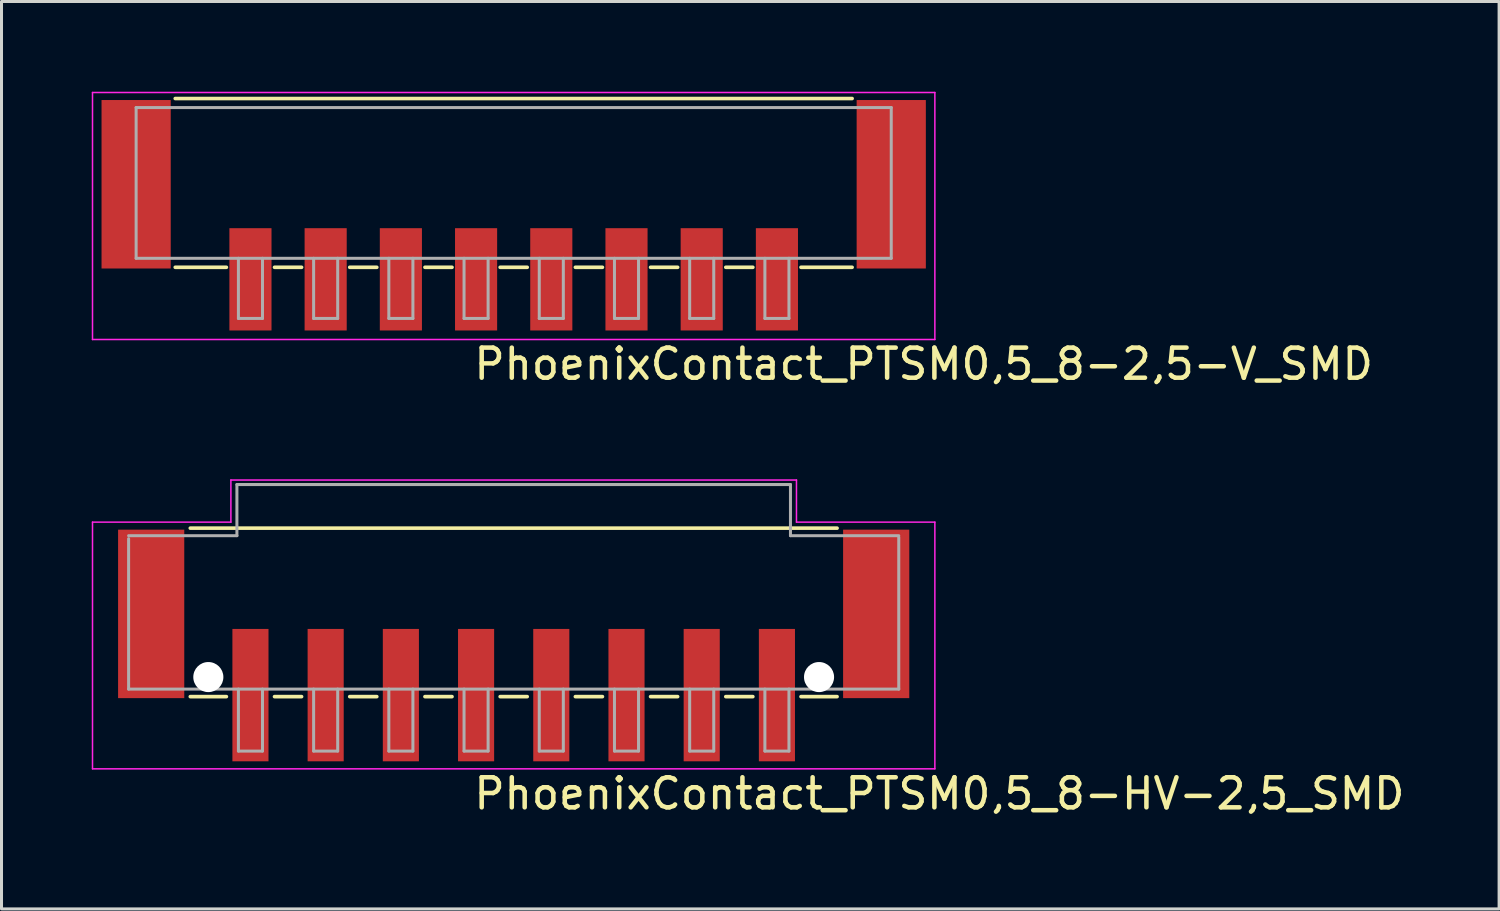
<source format=kicad_pcb>
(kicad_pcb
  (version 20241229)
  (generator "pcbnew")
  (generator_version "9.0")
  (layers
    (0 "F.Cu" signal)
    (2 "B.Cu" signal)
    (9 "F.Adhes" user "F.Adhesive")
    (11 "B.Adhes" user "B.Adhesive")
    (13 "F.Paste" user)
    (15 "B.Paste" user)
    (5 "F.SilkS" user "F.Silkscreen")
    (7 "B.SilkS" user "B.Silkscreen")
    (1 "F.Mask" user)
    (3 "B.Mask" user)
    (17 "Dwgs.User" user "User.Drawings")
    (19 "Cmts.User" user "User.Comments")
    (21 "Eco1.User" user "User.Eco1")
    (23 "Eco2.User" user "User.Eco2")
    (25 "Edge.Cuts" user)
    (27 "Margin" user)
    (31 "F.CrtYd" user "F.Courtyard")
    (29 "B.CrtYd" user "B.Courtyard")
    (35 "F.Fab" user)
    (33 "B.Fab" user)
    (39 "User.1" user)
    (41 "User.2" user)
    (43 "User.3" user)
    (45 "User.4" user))
  (footprint "PhoenixContact_PTSM0,5_8-HV-2,5_SMD"
    (layer "F.Cu")
    (at 14.025 18.706)
    (property "Reference" "PhoenixContact_PTSM0,5_8-HV-2,5_SMD" (at -1.4 5.21 0) (layer "F.SilkS") (effects (font (size 1 1) (thickness 0.15)) (justify left bottom)))
    (attr smd)
    (fp_line (start -10.75 -4.2) (end 10.75 -4.2) (stroke (width 0.12) (type solid)) (layer "F.SilkS"))
    (fp_line (start -9.55 1.4) (end -10.75 1.4) (stroke (width 0.12) (type solid)) (layer "F.SilkS"))
    (fp_line (start -7.05 1.4) (end -7.95 1.4) (stroke (width 0.12) (type solid)) (layer "F.SilkS"))
    (fp_line (start -4.55 1.4) (end -5.45 1.4) (stroke (width 0.12) (type solid)) (layer "F.SilkS"))
    (fp_line (start -2.05 1.4) (end -2.95 1.4) (stroke (width 0.12) (type solid)) (layer "F.SilkS"))
    (fp_line (start 0.45 1.4) (end -0.45 1.4) (stroke (width 0.12) (type solid)) (layer "F.SilkS"))
    (fp_line (start 2.95 1.4) (end 2.05 1.4) (stroke (width 0.12) (type solid)) (layer "F.SilkS"))
    (fp_line (start 5.45 1.4) (end 4.55 1.4) (stroke (width 0.12) (type solid)) (layer "F.SilkS"))
    (fp_line (start 7.95 1.4) (end 7.05 1.4) (stroke (width 0.12) (type solid)) (layer "F.SilkS"))
    (fp_line (start 10.75 1.4) (end 9.55 1.4) (stroke (width 0.12) (type solid)) (layer "F.SilkS"))
    (fp_line (start -14 -4.4) (end -9.4 -4.4) (stroke (width 0.05) (type solid)) (layer "F.CrtYd"))
    (fp_line (start -14 3.8) (end -14 -4.4) (stroke (width 0.05) (type solid)) (layer "F.CrtYd"))
    (fp_line (start -9.4 -5.8) (end 9.4 -5.8) (stroke (width 0.05) (type solid)) (layer "F.CrtYd"))
    (fp_line (start -9.4 -4.4) (end -9.4 -5.8) (stroke (width 0.05) (type solid)) (layer "F.CrtYd"))
    (fp_line (start 9.4 -4.4) (end 9.4 -5.8) (stroke (width 0.05) (type solid)) (layer "F.CrtYd"))
    (fp_line (start 14 -4.4) (end 9.4 -4.4) (stroke (width 0.05) (type solid)) (layer "F.CrtYd"))
    (fp_line (start 14 -4.4) (end 14 3.8) (stroke (width 0.05) (type solid)) (layer "F.CrtYd"))
    (fp_line (start 14 3.8) (end -14 3.8) (stroke (width 0.05) (type solid)) (layer "F.CrtYd"))
    (fp_line (start -12.8 -3.95) (end -9.2 -3.95) (stroke (width 0.1) (type solid)) (layer "F.Fab"))
    (fp_line (start -12.8 1.15) (end -12.8 -3.85) (stroke (width 0.1) (type solid)) (layer "F.Fab"))
    (fp_line (start -9.2 -5.65) (end 9.2 -5.65) (stroke (width 0.1) (type solid)) (layer "F.Fab"))
    (fp_line (start -9.2 -3.95) (end -9.2 -5.65) (stroke (width 0.1) (type solid)) (layer "F.Fab"))
    (fp_line (start -9.15 1.15) (end -9.15 3.21) (stroke (width 0.1) (type solid)) (layer "F.Fab"))
    (fp_line (start -9.15 3.21) (end -8.35 3.21) (stroke (width 0.1) (type solid)) (layer "F.Fab"))
    (fp_line (start -8.35 1.15) (end -8.35 3.21) (stroke (width 0.1) (type solid)) (layer "F.Fab"))
    (fp_line (start -6.65 1.15) (end -6.65 3.21) (stroke (width 0.1) (type solid)) (layer "F.Fab"))
    (fp_line (start -6.65 3.21) (end -5.85 3.21) (stroke (width 0.1) (type solid)) (layer "F.Fab"))
    (fp_line (start -5.85 1.15) (end -5.85 3.21) (stroke (width 0.1) (type solid)) (layer "F.Fab"))
    (fp_line (start -4.15 1.15) (end -4.15 3.21) (stroke (width 0.1) (type solid)) (layer "F.Fab"))
    (fp_line (start -4.15 3.21) (end -3.35 3.21) (stroke (width 0.1) (type solid)) (layer "F.Fab"))
    (fp_line (start -3.35 1.15) (end -3.35 3.21) (stroke (width 0.1) (type solid)) (layer "F.Fab"))
    (fp_line (start -1.65 1.15) (end -1.65 3.21) (stroke (width 0.1) (type solid)) (layer "F.Fab"))
    (fp_line (start -1.65 3.21) (end -0.85 3.21) (stroke (width 0.1) (type solid)) (layer "F.Fab"))
    (fp_line (start -0.85 1.15) (end -0.85 3.21) (stroke (width 0.1) (type solid)) (layer "F.Fab"))
    (fp_line (start 0.85 1.15) (end 0.85 3.21) (stroke (width 0.1) (type solid)) (layer "F.Fab"))
    (fp_line (start 0.85 3.21) (end 1.65 3.21) (stroke (width 0.1) (type solid)) (layer "F.Fab"))
    (fp_line (start 1.65 1.15) (end 1.65 3.21) (stroke (width 0.1) (type solid)) (layer "F.Fab"))
    (fp_line (start 3.35 1.15) (end 3.35 3.21) (stroke (width 0.1) (type solid)) (layer "F.Fab"))
    (fp_line (start 3.35 3.21) (end 4.15 3.21) (stroke (width 0.1) (type solid)) (layer "F.Fab"))
    (fp_line (start 4.15 1.15) (end 4.15 3.21) (stroke (width 0.1) (type solid)) (layer "F.Fab"))
    (fp_line (start 5.85 1.15) (end 5.85 3.21) (stroke (width 0.1) (type solid)) (layer "F.Fab"))
    (fp_line (start 5.85 3.21) (end 6.65 3.21) (stroke (width 0.1) (type solid)) (layer "F.Fab"))
    (fp_line (start 6.65 1.15) (end 6.65 3.21) (stroke (width 0.1) (type solid)) (layer "F.Fab"))
    (fp_line (start 8.35 1.15) (end 8.35 3.21) (stroke (width 0.1) (type solid)) (layer "F.Fab"))
    (fp_line (start 8.35 3.21) (end 9.15 3.21) (stroke (width 0.1) (type solid)) (layer "F.Fab"))
    (fp_line (start 9.15 1.15) (end 9.15 3.21) (stroke (width 0.1) (type solid)) (layer "F.Fab"))
    (fp_line (start 9.2 -5.65) (end 9.2 -3.95) (stroke (width 0.1) (type solid)) (layer "F.Fab"))
    (fp_line (start 9.2 -3.95) (end 12.8 -3.95) (stroke (width 0.1) (type solid)) (layer "F.Fab"))
    (fp_line (start 12.8 1.15) (end -12.8 1.15) (stroke (width 0.1) (type solid)) (layer "F.Fab"))
    (fp_line (start 12.8 1.15) (end 12.8 -3.9) (stroke (width 0.1) (type solid)) (layer "F.Fab"))
    (pad "" smd rect (at -12.05 -1.35 180) (size 2.2 5.6) (layers "F.Cu" "F.Mask" "F.Paste"))
    (pad "" np_thru_hole circle (at -10.15 0.75) (size 1 1) (drill 1) (layers "*.Cu" "*.Mask"))
    (pad "" np_thru_hole circle (at 10.15 0.75) (size 1 1) (drill 1) (layers "*.Cu" "*.Mask"))
    (pad "" smd rect (at 12.05 -1.35 180) (size 2.2 5.6) (layers "F.Cu" "F.Mask" "F.Paste"))
    (pad "1" smd rect (at -8.75 1.35 180) (size 1.2 4.4) (layers "F.Cu" "F.Mask" "F.Paste"))
    (pad "2" smd rect (at -6.25 1.35 180) (size 1.2 4.4) (layers "F.Cu" "F.Mask" "F.Paste"))
    (pad "3" smd rect (at -3.75 1.35 180) (size 1.2 4.4) (layers "F.Cu" "F.Mask" "F.Paste"))
    (pad "4" smd rect (at -1.25 1.35 180) (size 1.2 4.4) (layers "F.Cu" "F.Mask" "F.Paste"))
    (pad "5" smd rect (at 1.25 1.35 180) (size 1.2 4.4) (layers "F.Cu" "F.Mask" "F.Paste"))
    (pad "6" smd rect (at 3.75 1.35 180) (size 1.2 4.4) (layers "F.Cu" "F.Mask" "F.Paste"))
    (pad "7" smd rect (at 6.25 1.35 180) (size 1.2 4.4) (layers "F.Cu" "F.Mask" "F.Paste"))
    (pad "8" smd rect (at 8.75 1.35 180) (size 1.2 4.4) (layers "F.Cu" "F.Mask" "F.Paste")))
  (footprint "PhoenixContact_PTSM0,5_8-2,5-V_SMD"
    (layer "F.Cu")
    (at 14.025 4.655)
    (property "Reference" "PhoenixContact_PTSM0,5_8-2,5-V_SMD" (at -1.4 4.98 0) (layer "F.SilkS") (effects (font (size 1 1) (thickness 0.15)) (justify left bottom)))
    (attr smd)
    (fp_line (start -11.25 -4.43) (end 11.25 -4.43) (stroke (width 0.12) (type solid)) (layer "F.SilkS"))
    (fp_line (start -9.55 1.18) (end -11.25 1.18) (stroke (width 0.12) (type solid)) (layer "F.SilkS"))
    (fp_line (start -7.05 1.18) (end -7.95 1.18) (stroke (width 0.12) (type solid)) (layer "F.SilkS"))
    (fp_line (start -4.55 1.18) (end -5.45 1.18) (stroke (width 0.12) (type solid)) (layer "F.SilkS"))
    (fp_line (start -2.05 1.18) (end -2.95 1.18) (stroke (width 0.12) (type solid)) (layer "F.SilkS"))
    (fp_line (start 0.45 1.18) (end -0.45 1.18) (stroke (width 0.12) (type solid)) (layer "F.SilkS"))
    (fp_line (start 2.95 1.18) (end 2.05 1.18) (stroke (width 0.12) (type solid)) (layer "F.SilkS"))
    (fp_line (start 5.45 1.18) (end 4.55 1.18) (stroke (width 0.12) (type solid)) (layer "F.SilkS"))
    (fp_line (start 7.95 1.18) (end 7.05 1.18) (stroke (width 0.12) (type solid)) (layer "F.SilkS"))
    (fp_line (start 11.25 1.18) (end 9.55 1.18) (stroke (width 0.12) (type solid)) (layer "F.SilkS"))
    (fp_line (start -14 -4.63) (end 14 -4.63) (stroke (width 0.05) (type solid)) (layer "F.CrtYd"))
    (fp_line (start -14 3.58) (end -14 -4.63) (stroke (width 0.05) (type solid)) (layer "F.CrtYd"))
    (fp_line (start 14 -4.63) (end 14 3.58) (stroke (width 0.05) (type solid)) (layer "F.CrtYd"))
    (fp_line (start 14 3.58) (end -14 3.58) (stroke (width 0.05) (type solid)) (layer "F.CrtYd"))
    (fp_line (start -12.55 -4.13) (end 12.55 -4.13) (stroke (width 0.1) (type solid)) (layer "F.Fab"))
    (fp_line (start -12.55 0.88) (end -12.55 -4.13) (stroke (width 0.1) (type solid)) (layer "F.Fab"))
    (fp_line (start -9.15 0.88) (end -9.15 2.88) (stroke (width 0.1) (type solid)) (layer "F.Fab"))
    (fp_line (start -9.15 2.88) (end -8.35 2.88) (stroke (width 0.1) (type solid)) (layer "F.Fab"))
    (fp_line (start -8.35 0.88) (end -8.35 2.88) (stroke (width 0.1) (type solid)) (layer "F.Fab"))
    (fp_line (start -6.65 0.88) (end -6.65 2.88) (stroke (width 0.1) (type solid)) (layer "F.Fab"))
    (fp_line (start -6.65 2.88) (end -5.85 2.88) (stroke (width 0.1) (type solid)) (layer "F.Fab"))
    (fp_line (start -5.85 0.88) (end -5.85 2.88) (stroke (width 0.1) (type solid)) (layer "F.Fab"))
    (fp_line (start -4.15 0.88) (end -4.15 2.88) (stroke (width 0.1) (type solid)) (layer "F.Fab"))
    (fp_line (start -4.15 2.88) (end -3.35 2.88) (stroke (width 0.1) (type solid)) (layer "F.Fab"))
    (fp_line (start -3.35 0.88) (end -3.35 2.88) (stroke (width 0.1) (type solid)) (layer "F.Fab"))
    (fp_line (start -1.65 0.88) (end -1.65 2.88) (stroke (width 0.1) (type solid)) (layer "F.Fab"))
    (fp_line (start -1.65 2.88) (end -0.85 2.88) (stroke (width 0.1) (type solid)) (layer "F.Fab"))
    (fp_line (start -0.85 0.88) (end -0.85 2.88) (stroke (width 0.1) (type solid)) (layer "F.Fab"))
    (fp_line (start 0.85 0.88) (end 0.85 2.88) (stroke (width 0.1) (type solid)) (layer "F.Fab"))
    (fp_line (start 0.85 2.88) (end 1.65 2.88) (stroke (width 0.1) (type solid)) (layer "F.Fab"))
    (fp_line (start 1.65 0.88) (end 1.65 2.88) (stroke (width 0.1) (type solid)) (layer "F.Fab"))
    (fp_line (start 3.35 0.88) (end 3.35 2.88) (stroke (width 0.1) (type solid)) (layer "F.Fab"))
    (fp_line (start 3.35 2.88) (end 4.15 2.88) (stroke (width 0.1) (type solid)) (layer "F.Fab"))
    (fp_line (start 4.15 0.88) (end 4.15 2.88) (stroke (width 0.1) (type solid)) (layer "F.Fab"))
    (fp_line (start 5.85 0.88) (end 5.85 2.88) (stroke (width 0.1) (type solid)) (layer "F.Fab"))
    (fp_line (start 5.85 2.88) (end 6.65 2.88) (stroke (width 0.1) (type solid)) (layer "F.Fab"))
    (fp_line (start 6.65 0.88) (end 6.65 2.88) (stroke (width 0.1) (type solid)) (layer "F.Fab"))
    (fp_line (start 8.35 0.88) (end 8.35 2.88) (stroke (width 0.1) (type solid)) (layer "F.Fab"))
    (fp_line (start 8.35 2.88) (end 9.15 2.88) (stroke (width 0.1) (type solid)) (layer "F.Fab"))
    (fp_line (start 9.15 0.88) (end 9.15 2.88) (stroke (width 0.1) (type solid)) (layer "F.Fab"))
    (fp_line (start 12.55 0.88) (end -12.55 0.88) (stroke (width 0.1) (type solid)) (layer "F.Fab"))
    (fp_line (start 12.55 0.88) (end 12.55 -4.13) (stroke (width 0.1) (type solid)) (layer "F.Fab"))
    (pad "" smd rect (at -12.55 -1.58 180) (size 2.3 5.6) (layers "F.Cu" "F.Mask" "F.Paste"))
    (pad "" smd rect (at 12.55 -1.58 180) (size 2.3 5.6) (layers "F.Cu" "F.Mask" "F.Paste"))
    (pad "1" smd rect (at -8.75 1.58 180) (size 1.4 3.4) (layers "F.Cu" "F.Mask" "F.Paste"))
    (pad "2" smd rect (at -6.25 1.58 180) (size 1.4 3.4) (layers "F.Cu" "F.Mask" "F.Paste"))
    (pad "3" smd rect (at -3.75 1.58 180) (size 1.4 3.4) (layers "F.Cu" "F.Mask" "F.Paste"))
    (pad "4" smd rect (at -1.25 1.58 180) (size 1.4 3.4) (layers "F.Cu" "F.Mask" "F.Paste"))
    (pad "5" smd rect (at 1.25 1.58 180) (size 1.4 3.4) (layers "F.Cu" "F.Mask" "F.Paste"))
    (pad "6" smd rect (at 3.75 1.58 180) (size 1.4 3.4) (layers "F.Cu" "F.Mask" "F.Paste"))
    (pad "7" smd rect (at 6.25 1.58 180) (size 1.4 3.4) (layers "F.Cu" "F.Mask" "F.Paste"))
    (pad "8" smd rect (at 8.75 1.58 180) (size 1.4 3.4) (layers "F.Cu" "F.Mask" "F.Paste")))
  (gr_rect
    (start -3 -3)
    (end 46.78 27.163)
    (stroke (width 0.1) (type default))
    (fill no)
    (layer "Edge.Cuts")))
</source>
